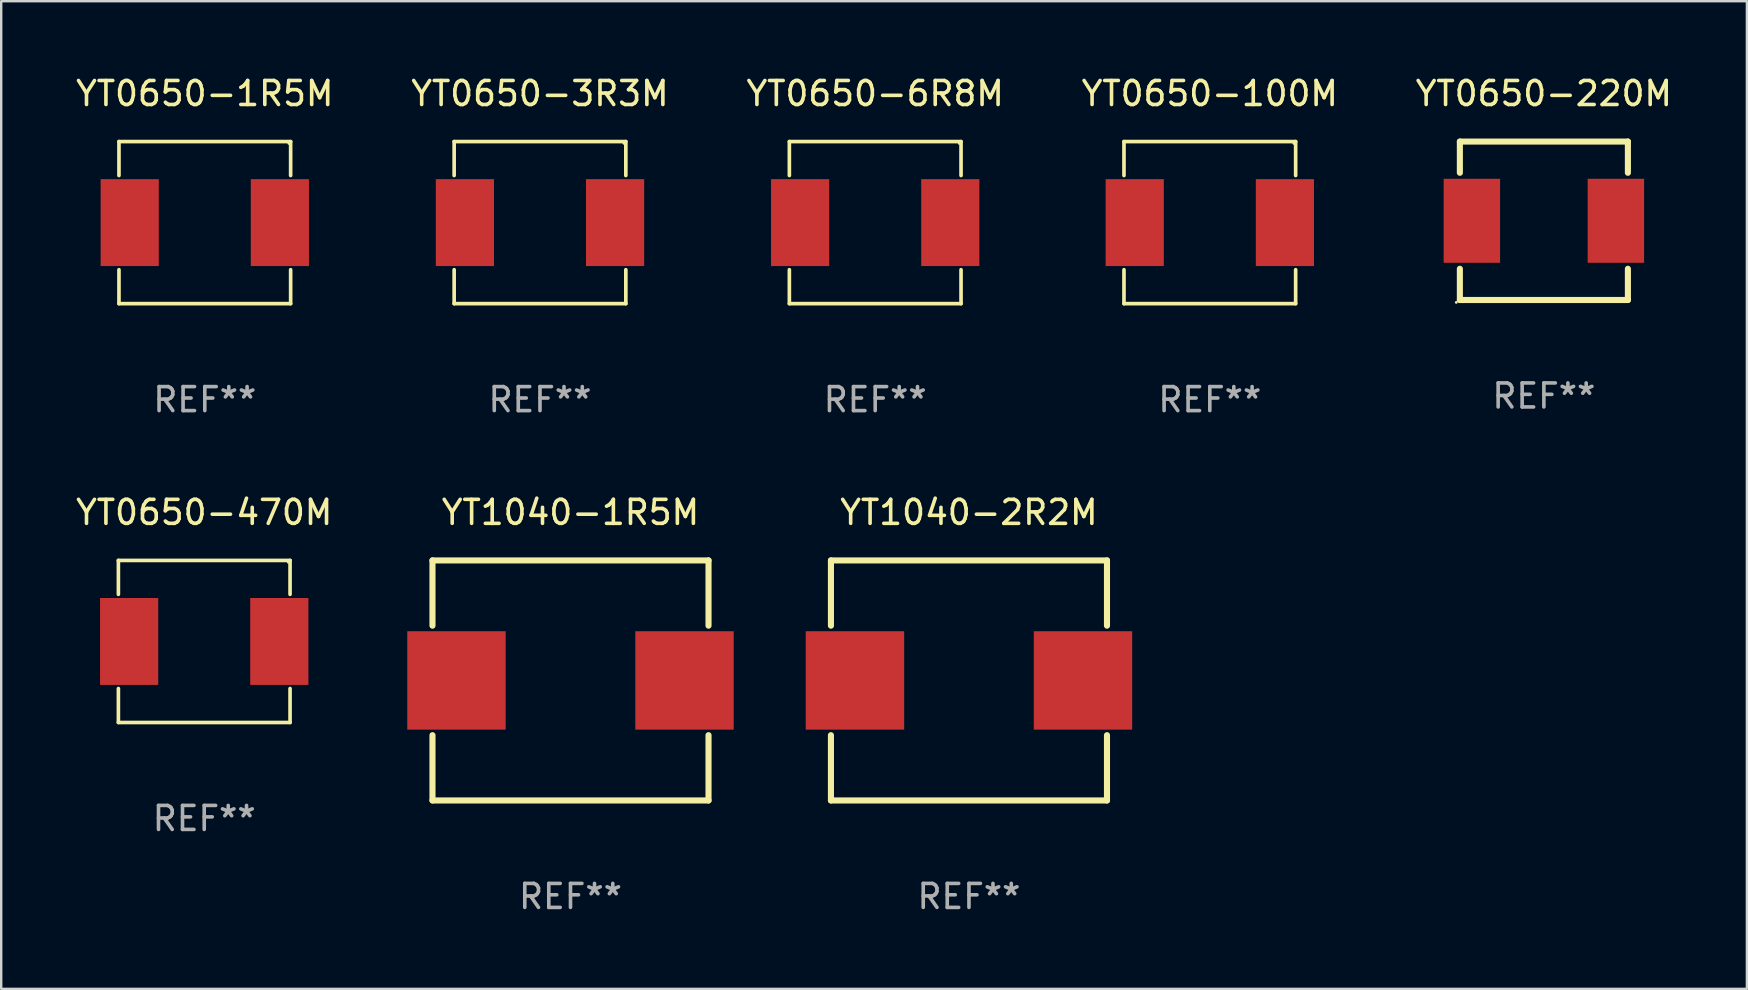
<source format=kicad_pcb>
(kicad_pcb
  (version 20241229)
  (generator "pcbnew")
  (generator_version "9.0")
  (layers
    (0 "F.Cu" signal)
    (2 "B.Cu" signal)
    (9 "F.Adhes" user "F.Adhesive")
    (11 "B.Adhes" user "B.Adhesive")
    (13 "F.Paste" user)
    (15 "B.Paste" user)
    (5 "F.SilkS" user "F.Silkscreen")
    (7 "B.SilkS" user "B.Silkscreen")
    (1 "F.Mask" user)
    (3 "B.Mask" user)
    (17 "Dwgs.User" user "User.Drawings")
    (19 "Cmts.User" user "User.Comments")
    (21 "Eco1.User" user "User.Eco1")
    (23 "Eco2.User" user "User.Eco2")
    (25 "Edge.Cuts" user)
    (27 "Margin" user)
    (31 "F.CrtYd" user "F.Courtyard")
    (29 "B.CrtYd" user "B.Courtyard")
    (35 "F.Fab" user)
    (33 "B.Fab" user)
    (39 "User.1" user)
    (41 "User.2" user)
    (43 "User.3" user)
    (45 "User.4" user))
  (footprint "YT1040-2R2M"
    (layer "F.Cu")
    (at 37.317 25.297)
    (property "Reference" "YT1040-2R2M" (at 0 -7 0) (layer "F.SilkS") (effects (font (size 1 1) (thickness 0.15))))
    (attr through_hole)
    (fp_line (start -5.75 -5) (end -5.75 -2.281) (stroke (width 0.254) (type solid)) (layer "F.SilkS"))
    (fp_line (start -5.75 -5) (end 5.75 -5) (stroke (width 0.254) (type solid)) (layer "F.SilkS"))
    (fp_line (start -5.75 2.281) (end -5.75 5) (stroke (width 0.254) (type solid)) (layer "F.SilkS"))
    (fp_line (start 5.75 -2.281) (end 5.75 -5) (stroke (width 0.254) (type solid)) (layer "F.SilkS"))
    (fp_line (start 5.75 5) (end -5.75 5) (stroke (width 0.254) (type solid)) (layer "F.SilkS"))
    (fp_line (start 5.75 5) (end 5.75 2.281) (stroke (width 0.254) (type solid)) (layer "F.SilkS"))
    (fp_circle (center -5.75 5) (end -5.7 5) (stroke (width 0.1) (type solid)) (fill no) (layer "F.SilkS"))
    (fp_text user "REF**" (at 0 9 0) (layer "F.Fab") (effects (font (size 1 1) (thickness 0.15))))
    (pad "1" smd rect (at -4.75 0) (size 4.1 4.1) (layers "F.Cu" "F.Mask" "F.Paste"))
    (pad "2" smd rect (at 4.75 0) (size 4.1 4.1) (layers "F.Cu" "F.Mask" "F.Paste")))
  (footprint "YT0650-220M"
    (layer "F.Cu")
    (at 61.268 6.148)
    (property "Reference" "YT0650-220M" (at 0 -5.3 0) (layer "F.SilkS") (effects (font (size 1 1) (thickness 0.15))))
    (attr through_hole)
    (fp_line (start -3.5 3.3) (end 3.5 3.3) (stroke (width 0.254) (type solid)) (layer "F.SilkS"))
    (fp_line (start -3.5 -3.3) (end -3.5 -2) (stroke (width 0.254) (type solid)) (layer "F.SilkS"))
    (fp_line (start -3.5 -3.3) (end 3.5 -3.3) (stroke (width 0.254) (type solid)) (layer "F.SilkS"))
    (fp_line (start -3.5 2) (end -3.5 3.3) (stroke (width 0.254) (type solid)) (layer "F.SilkS"))
    (fp_line (start 3.5 -3.3) (end 3.5 -2) (stroke (width 0.254) (type solid)) (layer "F.SilkS"))
    (fp_line (start 3.5 2) (end 3.5 3.3) (stroke (width 0.254) (type solid)) (layer "F.SilkS"))
    (fp_circle (center -3.65 3.4) (end -3.62 3.4) (stroke (width 0.06) (type solid)) (fill no) (layer "F.SilkS"))
    (fp_text user "REF**" (at 0 7.3 0) (layer "F.Fab") (effects (font (size 1 1) (thickness 0.15))))
    (pad "1" smd rect (at -3 0) (size 2.35 3.5) (layers "F.Cu" "F.Mask" "F.Paste"))
    (pad "2" smd rect (at 3 0) (size 2.35 3.5) (layers "F.Cu" "F.Mask" "F.Paste")))
  (footprint "YT0650-470M"
    (layer "F.Cu")
    (at 5.458 23.673)
    (property "Reference" "YT0650-470M" (at 0 -5.376 0) (layer "F.SilkS") (effects (font (size 1 1) (thickness 0.15))))
    (attr through_hole)
    (fp_line (start -3.576 -3.376) (end 3.576 -3.376) (stroke (width 0.152) (type solid)) (layer "F.SilkS"))
    (fp_line (start -3.576 -1.962) (end -3.576 -3.376) (stroke (width 0.152) (type solid)) (layer "F.SilkS"))
    (fp_line (start -3.576 1.962) (end -3.576 3.376) (stroke (width 0.152) (type solid)) (layer "F.SilkS"))
    (fp_line (start -3.576 3.376) (end 3.576 3.376) (stroke (width 0.152) (type solid)) (layer "F.SilkS"))
    (fp_line (start 3.576 -3.376) (end 3.576 -1.962) (stroke (width 0.152) (type solid)) (layer "F.SilkS"))
    (fp_line (start 3.576 3.376) (end 3.576 1.962) (stroke (width 0.152) (type solid)) (layer "F.SilkS"))
    (fp_circle (center 3.5 -3.3) (end 3.53 -3.3) (stroke (width 0.06) (type solid)) (fill no) (layer "F.SilkS"))
    (fp_text user "REF**" (at 0 7.376 0) (layer "F.Fab") (effects (font (size 1 1) (thickness 0.15))))
    (pad "1" smd rect (at 3.128 0) (size 2.424 3.62) (layers "F.Cu" "F.Mask" "F.Paste"))
    (pad "2" smd rect (at -3.128 0) (size 2.424 3.62) (layers "F.Cu" "F.Mask" "F.Paste")))
  (footprint "YT0650-3R3M"
    (layer "F.Cu")
    (at 19.446 6.224)
    (property "Reference" "YT0650-3R3M" (at 0 -5.376 0) (layer "F.SilkS") (effects (font (size 1 1) (thickness 0.15))))
    (attr through_hole)
    (fp_line (start -3.576 -3.376) (end 3.576 -3.376) (stroke (width 0.152) (type solid)) (layer "F.SilkS"))
    (fp_line (start -3.576 -1.962) (end -3.576 -3.376) (stroke (width 0.152) (type solid)) (layer "F.SilkS"))
    (fp_line (start -3.576 1.962) (end -3.576 3.376) (stroke (width 0.152) (type solid)) (layer "F.SilkS"))
    (fp_line (start -3.576 3.376) (end 3.576 3.376) (stroke (width 0.152) (type solid)) (layer "F.SilkS"))
    (fp_line (start 3.576 -3.376) (end 3.576 -1.962) (stroke (width 0.152) (type solid)) (layer "F.SilkS"))
    (fp_line (start 3.576 3.376) (end 3.576 1.962) (stroke (width 0.152) (type solid)) (layer "F.SilkS"))
    (fp_circle (center 3.5 -3.3) (end 3.53 -3.3) (stroke (width 0.06) (type solid)) (fill no) (layer "F.SilkS"))
    (fp_text user "REF**" (at 0 7.376 0) (layer "F.Fab") (effects (font (size 1 1) (thickness 0.15))))
    (pad "1" smd rect (at 3.128 0) (size 2.424 3.62) (layers "F.Cu" "F.Mask" "F.Paste"))
    (pad "2" smd rect (at -3.128 0) (size 2.424 3.62) (layers "F.Cu" "F.Mask" "F.Paste")))
  (footprint "YT1040-1R5M"
    (layer "F.Cu")
    (at 20.717 25.297)
    (property "Reference" "YT1040-1R5M" (at 0 -7 0) (layer "F.SilkS") (effects (font (size 1 1) (thickness 0.15))))
    (attr through_hole)
    (fp_line (start -5.75 -5) (end -5.75 -2.281) (stroke (width 0.254) (type solid)) (layer "F.SilkS"))
    (fp_line (start -5.75 -5) (end 5.75 -5) (stroke (width 0.254) (type solid)) (layer "F.SilkS"))
    (fp_line (start -5.75 2.281) (end -5.75 5) (stroke (width 0.254) (type solid)) (layer "F.SilkS"))
    (fp_line (start 5.75 -2.281) (end 5.75 -5) (stroke (width 0.254) (type solid)) (layer "F.SilkS"))
    (fp_line (start 5.75 5) (end -5.75 5) (stroke (width 0.254) (type solid)) (layer "F.SilkS"))
    (fp_line (start 5.75 5) (end 5.75 2.281) (stroke (width 0.254) (type solid)) (layer "F.SilkS"))
    (fp_circle (center -5.75 5) (end -5.7 5) (stroke (width 0.1) (type solid)) (fill no) (layer "F.SilkS"))
    (fp_text user "REF**" (at 0 9 0) (layer "F.Fab") (effects (font (size 1 1) (thickness 0.15))))
    (pad "1" smd rect (at -4.75 0) (size 4.1 4.1) (layers "F.Cu" "F.Mask" "F.Paste"))
    (pad "2" smd rect (at 4.75 0) (size 4.1 4.1) (layers "F.Cu" "F.Mask" "F.Paste")))
  (footprint "YT0650-100M"
    (layer "F.Cu")
    (at 47.351 6.224)
    (property "Reference" "YT0650-100M" (at 0 -5.376 0) (layer "F.SilkS") (effects (font (size 1 1) (thickness 0.15))))
    (attr through_hole)
    (fp_line (start -3.576 -3.376) (end 3.576 -3.376) (stroke (width 0.152) (type solid)) (layer "F.SilkS"))
    (fp_line (start -3.576 -1.962) (end -3.576 -3.376) (stroke (width 0.152) (type solid)) (layer "F.SilkS"))
    (fp_line (start -3.576 1.962) (end -3.576 3.376) (stroke (width 0.152) (type solid)) (layer "F.SilkS"))
    (fp_line (start -3.576 3.376) (end 3.576 3.376) (stroke (width 0.152) (type solid)) (layer "F.SilkS"))
    (fp_line (start 3.576 -3.376) (end 3.576 -1.962) (stroke (width 0.152) (type solid)) (layer "F.SilkS"))
    (fp_line (start 3.576 3.376) (end 3.576 1.962) (stroke (width 0.152) (type solid)) (layer "F.SilkS"))
    (fp_circle (center 3.5 -3.3) (end 3.53 -3.3) (stroke (width 0.06) (type solid)) (fill no) (layer "F.SilkS"))
    (fp_text user "REF**" (at 0 7.376 0) (layer "F.Fab") (effects (font (size 1 1) (thickness 0.15))))
    (pad "1" smd rect (at 3.128 0) (size 2.424 3.62) (layers "F.Cu" "F.Mask" "F.Paste"))
    (pad "2" smd rect (at -3.128 0) (size 2.424 3.62) (layers "F.Cu" "F.Mask" "F.Paste")))
  (footprint "YT0650-1R5M"
    (layer "F.Cu")
    (at 5.482 6.224)
    (property "Reference" "YT0650-1R5M" (at 0 -5.376 0) (layer "F.SilkS") (effects (font (size 1 1) (thickness 0.15))))
    (attr through_hole)
    (fp_line (start -3.576 -3.376) (end 3.576 -3.376) (stroke (width 0.152) (type solid)) (layer "F.SilkS"))
    (fp_line (start -3.576 -1.962) (end -3.576 -3.376) (stroke (width 0.152) (type solid)) (layer "F.SilkS"))
    (fp_line (start -3.576 1.962) (end -3.576 3.376) (stroke (width 0.152) (type solid)) (layer "F.SilkS"))
    (fp_line (start -3.576 3.376) (end 3.576 3.376) (stroke (width 0.152) (type solid)) (layer "F.SilkS"))
    (fp_line (start 3.576 -3.376) (end 3.576 -1.962) (stroke (width 0.152) (type solid)) (layer "F.SilkS"))
    (fp_line (start 3.576 3.376) (end 3.576 1.962) (stroke (width 0.152) (type solid)) (layer "F.SilkS"))
    (fp_circle (center 3.5 -3.3) (end 3.53 -3.3) (stroke (width 0.06) (type solid)) (fill no) (layer "F.SilkS"))
    (fp_text user "REF**" (at 0 7.376 0) (layer "F.Fab") (effects (font (size 1 1) (thickness 0.15))))
    (pad "1" smd rect (at 3.128 0) (size 2.424 3.62) (layers "F.Cu" "F.Mask" "F.Paste"))
    (pad "2" smd rect (at -3.128 0) (size 2.424 3.62) (layers "F.Cu" "F.Mask" "F.Paste")))
  (footprint "YT0650-6R8M"
    (layer "F.Cu")
    (at 33.411 6.224)
    (property "Reference" "YT0650-6R8M" (at 0 -5.376 0) (layer "F.SilkS") (effects (font (size 1 1) (thickness 0.15))))
    (attr through_hole)
    (fp_line (start -3.576 -3.376) (end 3.576 -3.376) (stroke (width 0.152) (type solid)) (layer "F.SilkS"))
    (fp_line (start -3.576 -1.962) (end -3.576 -3.376) (stroke (width 0.152) (type solid)) (layer "F.SilkS"))
    (fp_line (start -3.576 1.962) (end -3.576 3.376) (stroke (width 0.152) (type solid)) (layer "F.SilkS"))
    (fp_line (start -3.576 3.376) (end 3.576 3.376) (stroke (width 0.152) (type solid)) (layer "F.SilkS"))
    (fp_line (start 3.576 -3.376) (end 3.576 -1.962) (stroke (width 0.152) (type solid)) (layer "F.SilkS"))
    (fp_line (start 3.576 3.376) (end 3.576 1.962) (stroke (width 0.152) (type solid)) (layer "F.SilkS"))
    (fp_circle (center 3.5 -3.3) (end 3.53 -3.3) (stroke (width 0.06) (type solid)) (fill no) (layer "F.SilkS"))
    (fp_text user "REF**" (at 0 7.376 0) (layer "F.Fab") (effects (font (size 1 1) (thickness 0.15))))
    (pad "1" smd rect (at 3.128 0) (size 2.424 3.62) (layers "F.Cu" "F.Mask" "F.Paste"))
    (pad "2" smd rect (at -3.128 0) (size 2.424 3.62) (layers "F.Cu" "F.Mask" "F.Paste")))
  (gr_rect
    (start -3 -3)
    (end 69.726 38.145)
    (stroke (width 0.1) (type default))
    (fill no)
    (layer "Edge.Cuts")))
</source>
